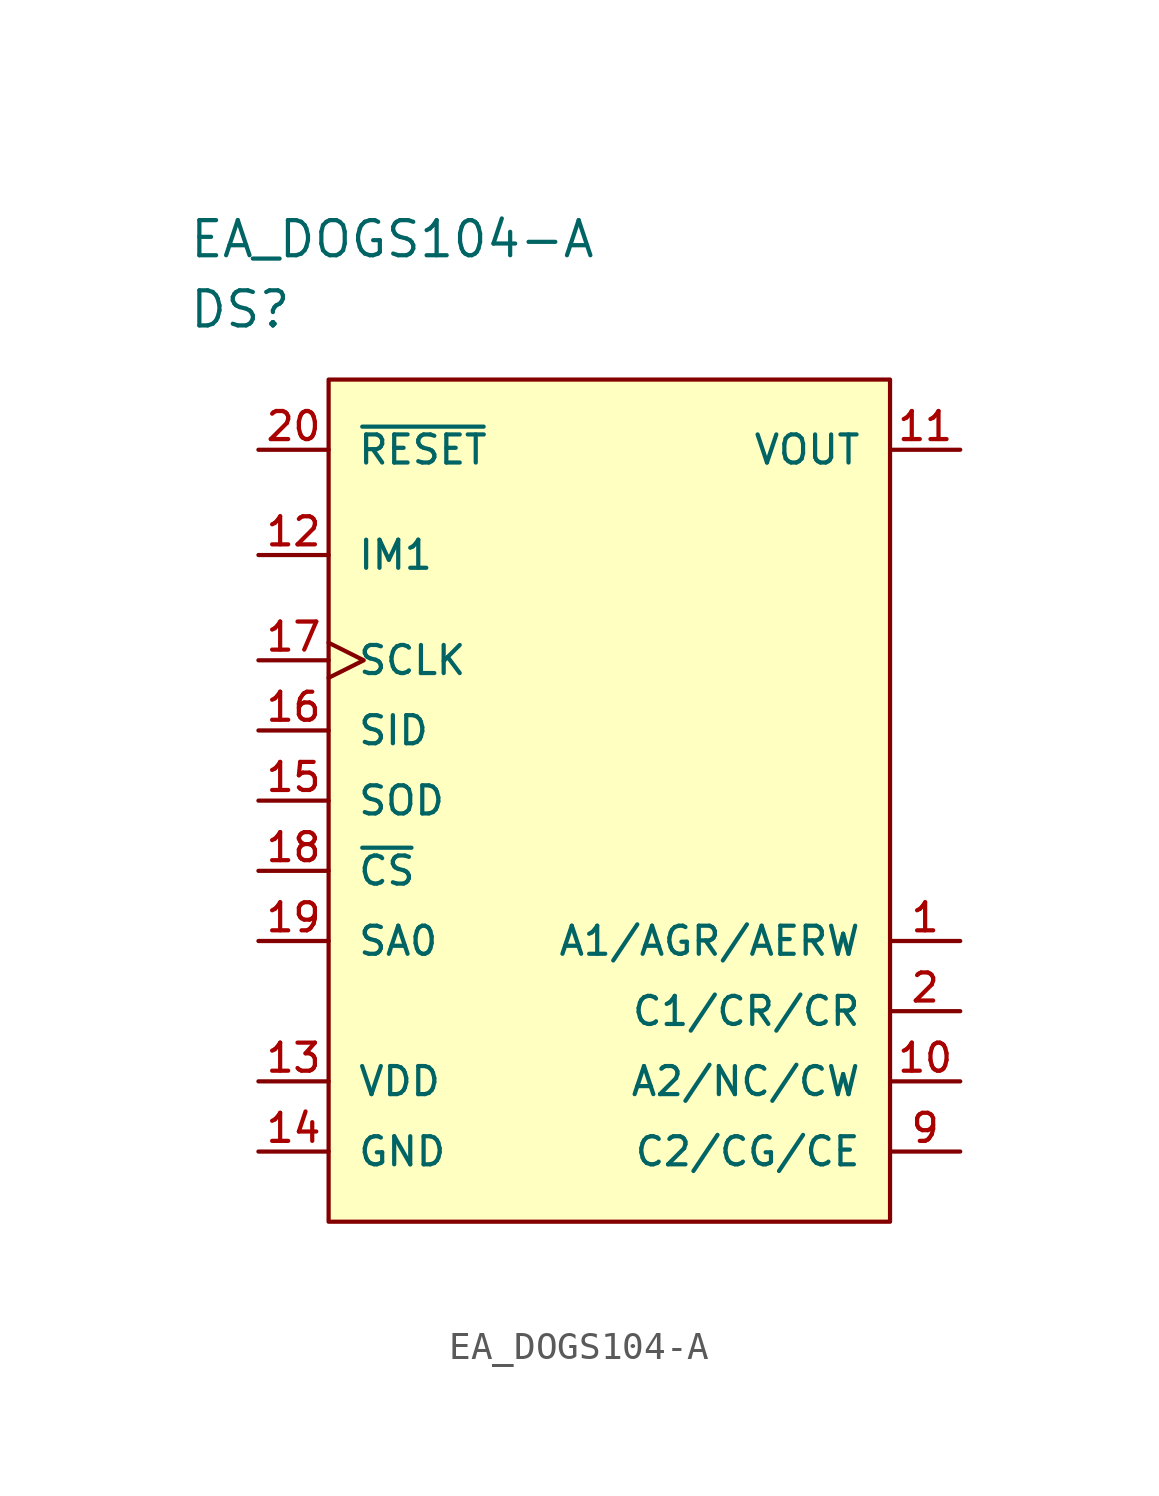
<source format=kicad_sym>
(kicad_symbol_lib
  (version 20220914)
  (generator kicad_symbol_editor)
  (symbol "EA_DOGS104-A"
    (pin_names
      (offset 1.016))
    (property "Reference" "DS"
      (at 0 5.08 0)
      (effects (font (size 1.27 1.27)) (justify left)))
    (property "Value" "EA_DOGS104-A"
      (at 0 7.62 0)
      (effects (font (size 1.27 1.27)) (justify left)))
    (symbol "EA_DOGS104-A_1_1"
      (rectangle (start 5.08 2.54) (end 25.4 -27.94) (stroke (width 0) (type default)) (fill (type background)))
      (pin passive line (at 27.94 -17.78 180) (length 2.54) (name "A1/AGR/AERW" (effects (font (size 1.016 1.016)))) (number "1" (effects (font (size 1.016 1.016)))))
      (pin passive line (at 27.94 -22.86 180) (length 2.54) (name "A2/NC/CW" (effects (font (size 1.016 1.016)))) (number "10" (effects (font (size 1.016 1.016)))))
      (pin power_in line (at 27.94 0 180) (length 2.54) (name "VOUT" (effects (font (size 1.016 1.016)))) (number "11" (effects (font (size 1.016 1.016)))))
      (pin passive line (at 2.54 -3.81 0) (length 2.54) (name "IM1" (effects (font (size 1.016 1.016)))) (number "12" (effects (font (size 1.016 1.016)))))
      (pin power_in line (at 2.54 -22.86 0) (length 2.54) (name "VDD" (effects (font (size 1.016 1.016)))) (number "13" (effects (font (size 1.016 1.016)))))
      (pin power_in line (at 2.54 -25.4 0) (length 2.54) (name "GND" (effects (font (size 1.016 1.016)))) (number "14" (effects (font (size 1.016 1.016)))))
      (pin output line (at 2.54 -12.7 0) (length 2.54) (name "SOD" (effects (font (size 1.016 1.016)))) (number "15" (effects (font (size 1.016 1.016)))))
      (pin input line (at 2.54 -10.16 0) (length 2.54) (name "SID" (effects (font (size 1.016 1.016)))) (number "16" (effects (font (size 1.016 1.016)))))
      (pin input clock (at 2.54 -7.62 0) (length 2.54) (name "SCLK" (effects (font (size 1.016 1.016)))) (number "17" (effects (font (size 1.016 1.016)))))
      (pin input line (at 2.54 -15.24 0) (length 2.54) (name "~{CS}" (effects (font (size 1.016 1.016)))) (number "18" (effects (font (size 1.016 1.016)))))
      (pin input line (at 2.54 -17.78 0) (length 2.54) (name "SA0" (effects (font (size 1.016 1.016)))) (number "19" (effects (font (size 1.016 1.016)))))
      (pin passive line (at 27.94 -20.32 180) (length 2.54) (name "C1/CR/CR" (effects (font (size 1.016 1.016)))) (number "2" (effects (font (size 1.016 1.016)))))
      (pin input line (at 2.54 0 0) (length 2.54) (name "~{RESET}" (effects (font (size 1.016 1.016)))) (number "20" (effects (font (size 1.016 1.016)))))
      (pin passive line (at 27.94 -25.4 180) (length 2.54) (name "C2/CG/CE" (effects (font (size 1.016 1.016)))) (number "9" (effects (font (size 1.016 1.016))))))))
</source>
